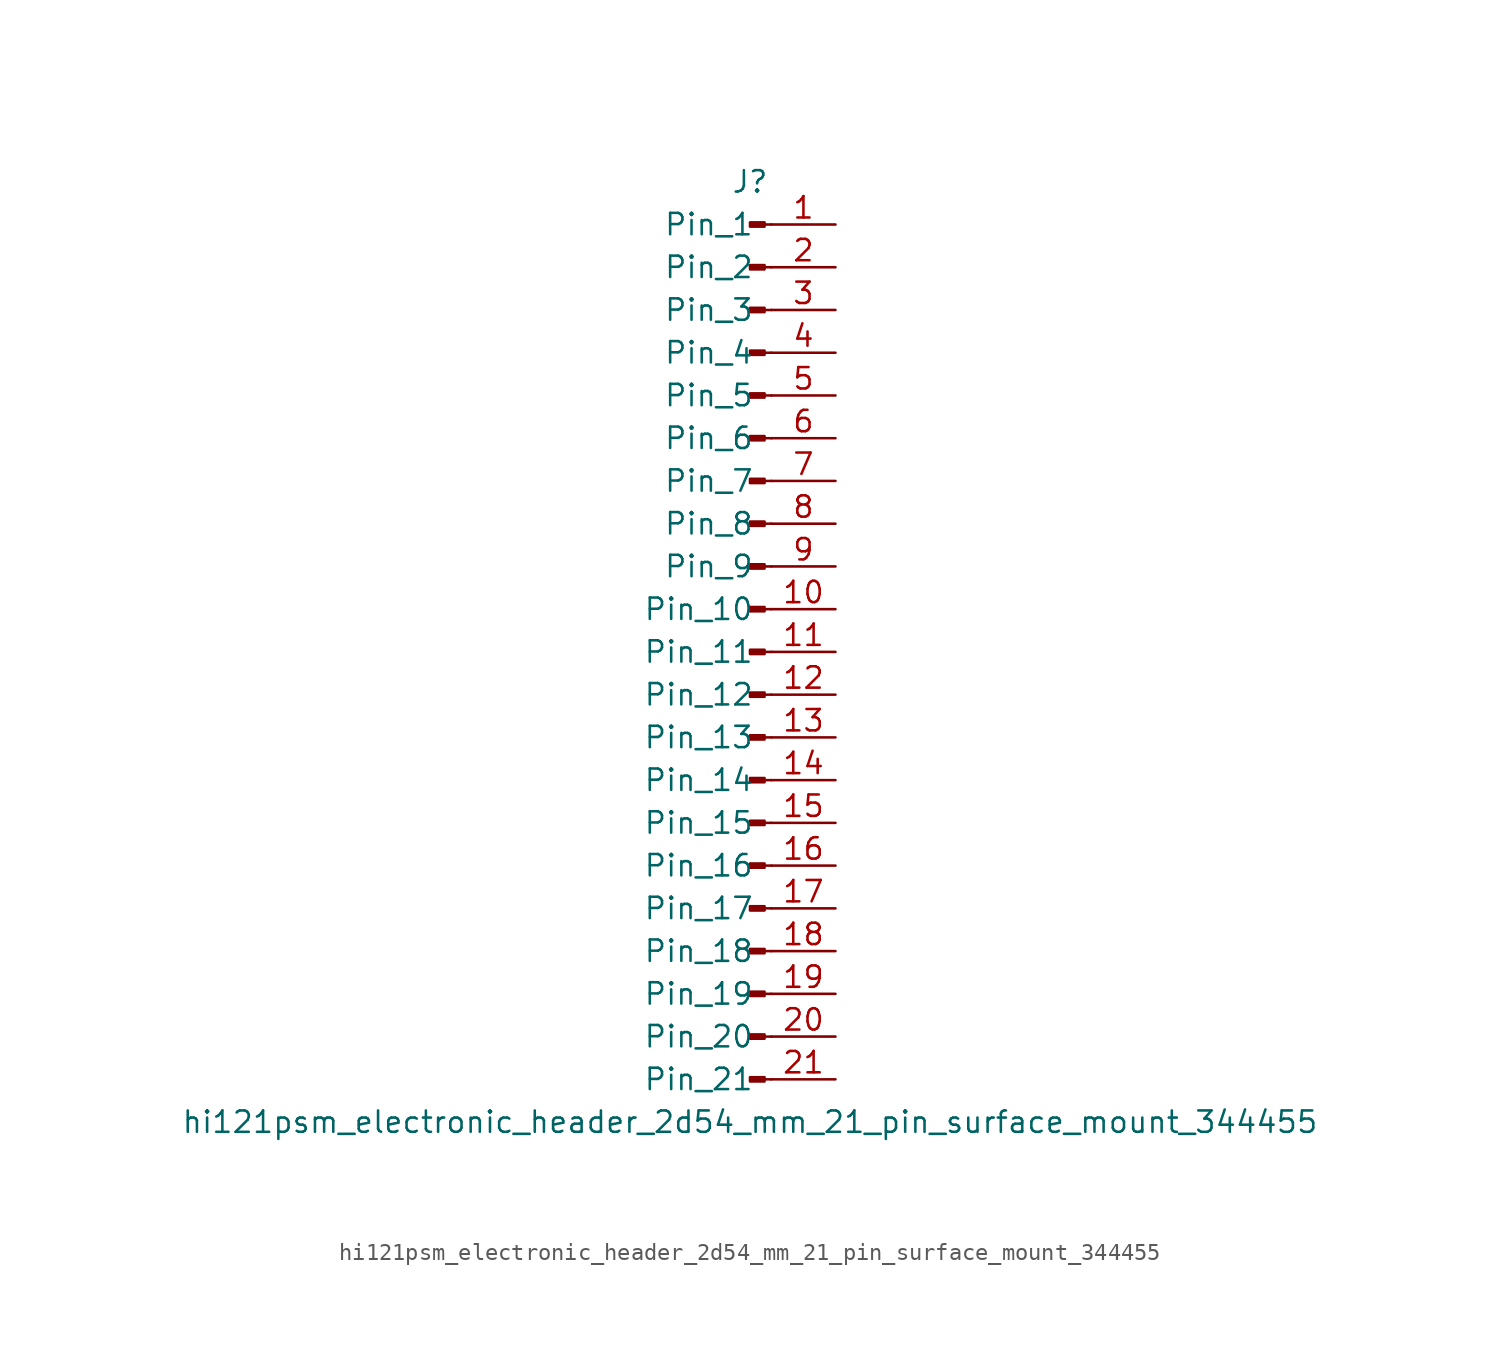
<source format=kicad_sym>
(kicad_symbol_lib
  (version 20220914)
  (generator kicad_symbol_editor)
  (symbol "hi121psm_electronic_header_2d54_mm_21_pin_surface_mount_344455"
    (pin_names
      (offset 1.016))
    (property "Reference" "J"
      (at 0 27.94 0)
      (effects (font (size 1.27 1.27))))
    (property "Value" "hi121psm_electronic_header_2d54_mm_21_pin_surface_mount_344455"
      (at 0 -27.94 0)
      (effects (font (size 1.27 1.27))))
    (property "ki_locked" ""
      (at 0 0 0)
      (effects (font (size 1.27 1.27))))
    (symbol "hi121psm_electronic_header_2d54_mm_21_pin_surface_mount_344455_1_1"
      (polyline (pts (xy 1.27 -25.4) (xy 0.864 -25.4)) (stroke (width 0.152) (type default)) (fill (type none)))
      (polyline (pts (xy 1.27 -22.86) (xy 0.864 -22.86)) (stroke (width 0.152) (type default)) (fill (type none)))
      (polyline (pts (xy 1.27 -20.32) (xy 0.864 -20.32)) (stroke (width 0.152) (type default)) (fill (type none)))
      (polyline (pts (xy 1.27 -17.78) (xy 0.864 -17.78)) (stroke (width 0.152) (type default)) (fill (type none)))
      (polyline (pts (xy 1.27 -15.24) (xy 0.864 -15.24)) (stroke (width 0.152) (type default)) (fill (type none)))
      (polyline (pts (xy 1.27 -12.7) (xy 0.864 -12.7)) (stroke (width 0.152) (type default)) (fill (type none)))
      (polyline (pts (xy 1.27 -10.16) (xy 0.864 -10.16)) (stroke (width 0.152) (type default)) (fill (type none)))
      (polyline (pts (xy 1.27 -7.62) (xy 0.864 -7.62)) (stroke (width 0.152) (type default)) (fill (type none)))
      (polyline (pts (xy 1.27 -5.08) (xy 0.864 -5.08)) (stroke (width 0.152) (type default)) (fill (type none)))
      (polyline (pts (xy 1.27 -2.54) (xy 0.864 -2.54)) (stroke (width 0.152) (type default)) (fill (type none)))
      (polyline (pts (xy 1.27 0) (xy 0.864 0)) (stroke (width 0.152) (type default)) (fill (type none)))
      (polyline (pts (xy 1.27 2.54) (xy 0.864 2.54)) (stroke (width 0.152) (type default)) (fill (type none)))
      (polyline (pts (xy 1.27 5.08) (xy 0.864 5.08)) (stroke (width 0.152) (type default)) (fill (type none)))
      (polyline (pts (xy 1.27 7.62) (xy 0.864 7.62)) (stroke (width 0.152) (type default)) (fill (type none)))
      (polyline (pts (xy 1.27 10.16) (xy 0.864 10.16)) (stroke (width 0.152) (type default)) (fill (type none)))
      (polyline (pts (xy 1.27 12.7) (xy 0.864 12.7)) (stroke (width 0.152) (type default)) (fill (type none)))
      (polyline (pts (xy 1.27 15.24) (xy 0.864 15.24)) (stroke (width 0.152) (type default)) (fill (type none)))
      (polyline (pts (xy 1.27 17.78) (xy 0.864 17.78)) (stroke (width 0.152) (type default)) (fill (type none)))
      (polyline (pts (xy 1.27 20.32) (xy 0.864 20.32)) (stroke (width 0.152) (type default)) (fill (type none)))
      (polyline (pts (xy 1.27 22.86) (xy 0.864 22.86)) (stroke (width 0.152) (type default)) (fill (type none)))
      (polyline (pts (xy 1.27 25.4) (xy 0.864 25.4)) (stroke (width 0.152) (type default)) (fill (type none)))
      (rectangle (start 0.864 -25.273) (end 0 -25.527) (stroke (width 0.152) (type default)) (fill (type outline)))
      (rectangle (start 0.864 -22.733) (end 0 -22.987) (stroke (width 0.152) (type default)) (fill (type outline)))
      (rectangle (start 0.864 -20.193) (end 0 -20.447) (stroke (width 0.152) (type default)) (fill (type outline)))
      (rectangle (start 0.864 -17.653) (end 0 -17.907) (stroke (width 0.152) (type default)) (fill (type outline)))
      (rectangle (start 0.864 -15.113) (end 0 -15.367) (stroke (width 0.152) (type default)) (fill (type outline)))
      (rectangle (start 0.864 -12.573) (end 0 -12.827) (stroke (width 0.152) (type default)) (fill (type outline)))
      (rectangle (start 0.864 -10.033) (end 0 -10.287) (stroke (width 0.152) (type default)) (fill (type outline)))
      (rectangle (start 0.864 -7.493) (end 0 -7.747) (stroke (width 0.152) (type default)) (fill (type outline)))
      (rectangle (start 0.864 -4.953) (end 0 -5.207) (stroke (width 0.152) (type default)) (fill (type outline)))
      (rectangle (start 0.864 -2.413) (end 0 -2.667) (stroke (width 0.152) (type default)) (fill (type outline)))
      (rectangle (start 0.864 0.127) (end 0 -0.127) (stroke (width 0.152) (type default)) (fill (type outline)))
      (rectangle (start 0.864 2.667) (end 0 2.413) (stroke (width 0.152) (type default)) (fill (type outline)))
      (rectangle (start 0.864 5.207) (end 0 4.953) (stroke (width 0.152) (type default)) (fill (type outline)))
      (rectangle (start 0.864 7.747) (end 0 7.493) (stroke (width 0.152) (type default)) (fill (type outline)))
      (rectangle (start 0.864 10.287) (end 0 10.033) (stroke (width 0.152) (type default)) (fill (type outline)))
      (rectangle (start 0.864 12.827) (end 0 12.573) (stroke (width 0.152) (type default)) (fill (type outline)))
      (rectangle (start 0.864 15.367) (end 0 15.113) (stroke (width 0.152) (type default)) (fill (type outline)))
      (rectangle (start 0.864 17.907) (end 0 17.653) (stroke (width 0.152) (type default)) (fill (type outline)))
      (rectangle (start 0.864 20.447) (end 0 20.193) (stroke (width 0.152) (type default)) (fill (type outline)))
      (rectangle (start 0.864 22.987) (end 0 22.733) (stroke (width 0.152) (type default)) (fill (type outline)))
      (rectangle (start 0.864 25.527) (end 0 25.273) (stroke (width 0.152) (type default)) (fill (type outline)))
      (pin passive line (at 5.08 25.4 180) (length 3.81) (name "Pin_1" (effects (font (size 1.27 1.27)))) (number "1" (effects (font (size 1.27 1.27)))))
      (pin passive line (at 5.08 2.54 180) (length 3.81) (name "Pin_10" (effects (font (size 1.27 1.27)))) (number "10" (effects (font (size 1.27 1.27)))))
      (pin passive line (at 5.08 0 180) (length 3.81) (name "Pin_11" (effects (font (size 1.27 1.27)))) (number "11" (effects (font (size 1.27 1.27)))))
      (pin passive line (at 5.08 -2.54 180) (length 3.81) (name "Pin_12" (effects (font (size 1.27 1.27)))) (number "12" (effects (font (size 1.27 1.27)))))
      (pin passive line (at 5.08 -5.08 180) (length 3.81) (name "Pin_13" (effects (font (size 1.27 1.27)))) (number "13" (effects (font (size 1.27 1.27)))))
      (pin passive line (at 5.08 -7.62 180) (length 3.81) (name "Pin_14" (effects (font (size 1.27 1.27)))) (number "14" (effects (font (size 1.27 1.27)))))
      (pin passive line (at 5.08 -10.16 180) (length 3.81) (name "Pin_15" (effects (font (size 1.27 1.27)))) (number "15" (effects (font (size 1.27 1.27)))))
      (pin passive line (at 5.08 -12.7 180) (length 3.81) (name "Pin_16" (effects (font (size 1.27 1.27)))) (number "16" (effects (font (size 1.27 1.27)))))
      (pin passive line (at 5.08 -15.24 180) (length 3.81) (name "Pin_17" (effects (font (size 1.27 1.27)))) (number "17" (effects (font (size 1.27 1.27)))))
      (pin passive line (at 5.08 -17.78 180) (length 3.81) (name "Pin_18" (effects (font (size 1.27 1.27)))) (number "18" (effects (font (size 1.27 1.27)))))
      (pin passive line (at 5.08 -20.32 180) (length 3.81) (name "Pin_19" (effects (font (size 1.27 1.27)))) (number "19" (effects (font (size 1.27 1.27)))))
      (pin passive line (at 5.08 22.86 180) (length 3.81) (name "Pin_2" (effects (font (size 1.27 1.27)))) (number "2" (effects (font (size 1.27 1.27)))))
      (pin passive line (at 5.08 -22.86 180) (length 3.81) (name "Pin_20" (effects (font (size 1.27 1.27)))) (number "20" (effects (font (size 1.27 1.27)))))
      (pin passive line (at 5.08 -25.4 180) (length 3.81) (name "Pin_21" (effects (font (size 1.27 1.27)))) (number "21" (effects (font (size 1.27 1.27)))))
      (pin passive line (at 5.08 20.32 180) (length 3.81) (name "Pin_3" (effects (font (size 1.27 1.27)))) (number "3" (effects (font (size 1.27 1.27)))))
      (pin passive line (at 5.08 17.78 180) (length 3.81) (name "Pin_4" (effects (font (size 1.27 1.27)))) (number "4" (effects (font (size 1.27 1.27)))))
      (pin passive line (at 5.08 15.24 180) (length 3.81) (name "Pin_5" (effects (font (size 1.27 1.27)))) (number "5" (effects (font (size 1.27 1.27)))))
      (pin passive line (at 5.08 12.7 180) (length 3.81) (name "Pin_6" (effects (font (size 1.27 1.27)))) (number "6" (effects (font (size 1.27 1.27)))))
      (pin passive line (at 5.08 10.16 180) (length 3.81) (name "Pin_7" (effects (font (size 1.27 1.27)))) (number "7" (effects (font (size 1.27 1.27)))))
      (pin passive line (at 5.08 7.62 180) (length 3.81) (name "Pin_8" (effects (font (size 1.27 1.27)))) (number "8" (effects (font (size 1.27 1.27)))))
      (pin passive line (at 5.08 5.08 180) (length 3.81) (name "Pin_9" (effects (font (size 1.27 1.27)))) (number "9" (effects (font (size 1.27 1.27))))))))
</source>
